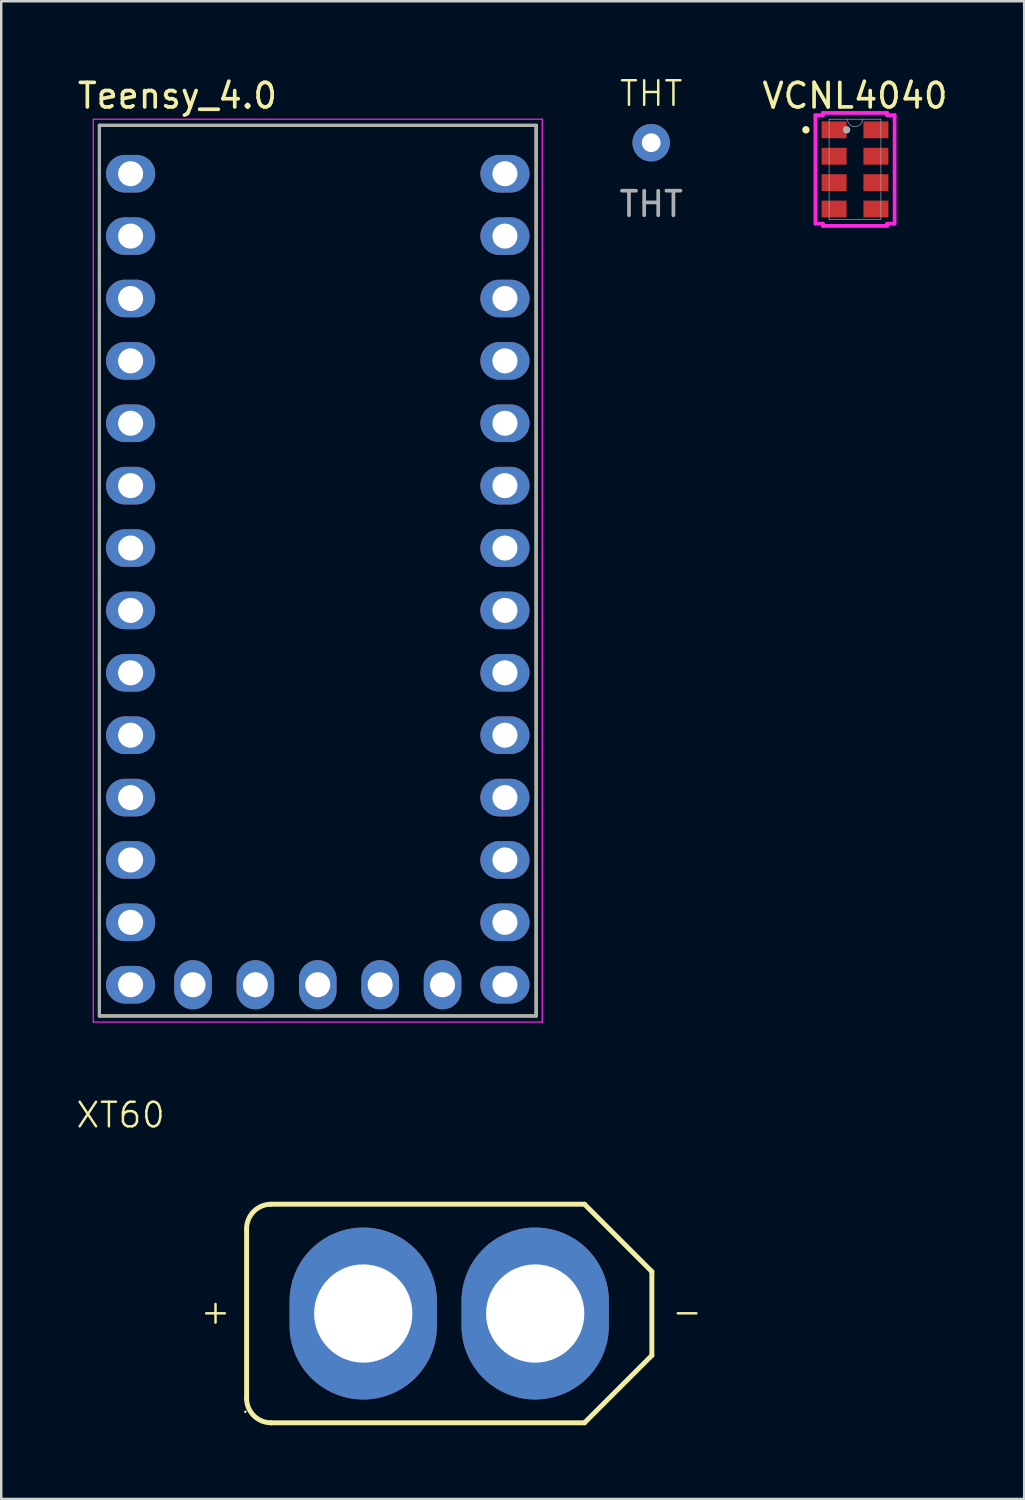
<source format=kicad_pcb>
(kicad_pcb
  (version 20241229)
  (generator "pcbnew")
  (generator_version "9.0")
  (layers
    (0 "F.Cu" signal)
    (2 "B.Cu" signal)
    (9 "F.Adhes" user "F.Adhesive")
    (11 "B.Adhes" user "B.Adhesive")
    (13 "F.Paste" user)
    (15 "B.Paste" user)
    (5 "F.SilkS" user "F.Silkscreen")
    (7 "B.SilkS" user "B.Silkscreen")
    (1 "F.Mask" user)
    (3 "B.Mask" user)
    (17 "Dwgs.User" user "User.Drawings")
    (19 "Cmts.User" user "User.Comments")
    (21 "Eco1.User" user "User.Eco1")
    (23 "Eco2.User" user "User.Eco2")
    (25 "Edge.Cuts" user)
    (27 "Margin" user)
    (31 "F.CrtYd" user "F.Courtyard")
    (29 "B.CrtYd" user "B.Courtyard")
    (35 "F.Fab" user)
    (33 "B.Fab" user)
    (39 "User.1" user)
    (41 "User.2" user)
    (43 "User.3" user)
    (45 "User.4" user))
  (footprint "VCNL4040"
    (layer "F.Cu")
    (at 31.761 3.848)
    (property "Reference" "VCNL4040" (at 0 -3 0) (unlocked yes) (layer "F.SilkS") (effects (font (size 1 1) (thickness 0.15))))
    (attr smd)
    (fp_circle (center -1.998 -1.613) (end -1.922 -1.613) (stroke (width 0.152) (type solid)) (fill no) (layer "F.SilkS"))
    (fp_line (start -1.613 -2.209) (end -1.308 -2.209) (stroke (width 0.152) (type solid)) (layer "F.CrtYd"))
    (fp_line (start -1.613 2.209) (end -1.613 -2.209) (stroke (width 0.152) (type solid)) (layer "F.CrtYd"))
    (fp_line (start -1.613 2.209) (end -1.308 2.209) (stroke (width 0.152) (type solid)) (layer "F.CrtYd"))
    (fp_line (start -1.308 -2.299) (end 1.308 -2.299) (stroke (width 0.152) (type solid)) (layer "F.CrtYd"))
    (fp_line (start -1.308 -2.209) (end -1.308 -2.299) (stroke (width 0.152) (type solid)) (layer "F.CrtYd"))
    (fp_line (start -1.308 2.299) (end -1.308 2.209) (stroke (width 0.152) (type solid)) (layer "F.CrtYd"))
    (fp_line (start 1.308 -2.299) (end 1.308 -2.209) (stroke (width 0.152) (type solid)) (layer "F.CrtYd"))
    (fp_line (start 1.308 2.209) (end 1.308 2.299) (stroke (width 0.152) (type solid)) (layer "F.CrtYd"))
    (fp_line (start 1.308 2.299) (end -1.308 2.299) (stroke (width 0.152) (type solid)) (layer "F.CrtYd"))
    (fp_line (start 1.613 -2.209) (end 1.308 -2.209) (stroke (width 0.152) (type solid)) (layer "F.CrtYd"))
    (fp_line (start 1.613 -2.209) (end 1.613 2.209) (stroke (width 0.152) (type solid)) (layer "F.CrtYd"))
    (fp_line (start 1.613 2.209) (end 1.308 2.209) (stroke (width 0.152) (type solid)) (layer "F.CrtYd"))
    (fp_line (start -1.054 -2.045) (end -1.054 2.045) (stroke (width 0.025) (type solid)) (layer "F.Fab"))
    (fp_line (start -1.054 2.045) (end 1.054 2.045) (stroke (width 0.025) (type solid)) (layer "F.Fab"))
    (fp_line (start 1.054 -2.045) (end -1.054 -2.045) (stroke (width 0.025) (type solid)) (layer "F.Fab"))
    (fp_line (start 1.054 2.045) (end 1.054 -2.045) (stroke (width 0.025) (type solid)) (layer "F.Fab"))
    (fp_arc (start 0.3048 -2.0447) (mid 0 -1.7399) (end -0.3048 -2.0447) (stroke (width 0.0254) (type solid)) (layer "F.Fab"))
    (fp_circle (center -0.343 -1.613) (end -0.267 -1.613) (stroke (width 0.152) (type solid)) (fill no) (layer "F.Fab"))
    (pad "1" smd rect (at -0.851 -1.612) (size 1.016 0.686) (layers "F.Cu" "F.Mask" "F.Paste"))
    (pad "2" smd rect (at -0.851 -0.537) (size 1.016 0.686) (layers "F.Cu" "F.Mask" "F.Paste"))
    (pad "3" smd rect (at -0.851 0.537) (size 1.016 0.686) (layers "F.Cu" "F.Mask" "F.Paste"))
    (pad "4" smd rect (at -0.851 1.612) (size 1.016 0.686) (layers "F.Cu" "F.Mask" "F.Paste"))
    (pad "5" smd rect (at 0.851 1.612) (size 1.016 0.686) (layers "F.Cu" "F.Mask" "F.Paste"))
    (pad "6" smd rect (at 0.851 0.537) (size 1.016 0.686) (layers "F.Cu" "F.Mask" "F.Paste"))
    (pad "7" smd rect (at 0.851 -0.537) (size 1.016 0.686) (layers "F.Cu" "F.Mask" "F.Paste"))
    (pad "8" smd rect (at 0.851 -1.612) (size 1.016 0.686) (layers "F.Cu" "F.Mask" "F.Paste")))
  (footprint "THT"
    (layer "F.Cu")
    (at 23.463 2.76)
    (property "Reference" "THT" (at 0 -2 0) (unlocked yes) (layer "F.SilkS") (effects (font (size 1 1) (thickness 0.1))))
    (attr through_hole)
    (fp_text user "${REFERENCE}" (at 0 2.5 0) (unlocked yes) (layer "F.Fab") (effects (font (size 1 1) (thickness 0.15))))
    (pad "1" thru_hole circle (at 0 0) (size 1.524 1.524) (drill 0.762) (layers "*.Cu" "*.Mask")))
  (footprint "XT60"
    (layer "F.Cu")
    (at 6.94 50.429)
    (property "Reference" "XT60" (at -5.08 -8.08 0) (unlocked yes) (layer "F.SilkS") (effects (font (size 1 1) (thickness 0.1))))
    (attr through_hole)
    (fp_line (start 0 4) (end 0 4) (stroke (width 0.1) (type default)) (layer "F.SilkS"))
    (fp_line (start 0.05 3.45) (end 0.05 -3.45) (stroke (width 0.2) (type solid)) (layer "F.SilkS"))
    (fp_line (start 1.05 -4.45) (end 13.807 -4.45) (stroke (width 0.2) (type solid)) (layer "F.SilkS"))
    (fp_line (start 13.807 -4.45) (end 16.55 -1.707) (stroke (width 0.2) (type solid)) (layer "F.SilkS"))
    (fp_line (start 13.807 4.45) (end 1.05 4.45) (stroke (width 0.2) (type solid)) (layer "F.SilkS"))
    (fp_line (start 16.55 -1.707) (end 16.55 1.707) (stroke (width 0.2) (type solid)) (layer "F.SilkS"))
    (fp_line (start 16.55 1.707) (end 13.807 4.45) (stroke (width 0.2) (type solid)) (layer "F.SilkS"))
    (fp_arc (start 0.05 -3.45) (mid 0.342893 -4.157107) (end 1.05 -4.45) (stroke (width 0.2) (type solid)) (layer "F.SilkS"))
    (fp_arc (start 1.05 4.45) (mid 0.342893 4.157107) (end 0.05 3.45) (stroke (width 0.2) (type solid)) (layer "F.SilkS"))
    (fp_text user "+" (at -1.9 0.5 0) (unlocked yes) (layer "F.SilkS") (effects (font (size 1 1) (thickness 0.1)) (justify left bottom)))
    (fp_text user "-" (at 17.3 0.5 0) (unlocked yes) (layer "F.SilkS") (effects (font (size 1 1) (thickness 0.1)) (justify left bottom)))
    (pad "1" thru_hole oval (at 4.8 0) (size 6 7) (drill 4) (layers "*.Cu" "*.Mask"))
    (pad "2" thru_hole oval (at 11.8 0) (size 6 7) (drill 4) (layers "*.Cu" "*.Mask")))
  (footprint "Teensy_4.0"
    (layer "F.Cu")
    (at 9.888 20.533)
    (property "Reference" "Teensy_4.0" (at -5.715 -19.685 0) (layer "F.SilkS") (effects (font (size 1 1) (thickness 0.15))))
    (attr through_hole)
    (fp_line (start -8.89 -18.48) (end 8.89 -18.48) (stroke (width 0.127) (type solid)) (layer "F.SilkS"))
    (fp_line (start -8.89 17.78) (end -8.89 -18.48) (stroke (width 0.127) (type solid)) (layer "F.SilkS"))
    (fp_line (start 8.89 -18.48) (end 8.89 17.78) (stroke (width 0.127) (type solid)) (layer "F.SilkS"))
    (fp_line (start 8.89 17.78) (end -8.89 17.78) (stroke (width 0.127) (type solid)) (layer "F.SilkS"))
    (fp_line (start -9.14 -18.73) (end 9.14 -18.73) (stroke (width 0.05) (type solid)) (layer "F.CrtYd"))
    (fp_line (start -9.14 18.03) (end -9.14 -18.73) (stroke (width 0.05) (type solid)) (layer "F.CrtYd"))
    (fp_line (start 9.14 -18.73) (end 9.14 18.03) (stroke (width 0.05) (type solid)) (layer "F.CrtYd"))
    (fp_line (start 9.14 18.03) (end -9.14 18.03) (stroke (width 0.05) (type solid)) (layer "F.CrtYd"))
    (fp_line (start -8.89 -18.48) (end 8.89 -18.48) (stroke (width 0.127) (type solid)) (layer "F.Fab"))
    (fp_line (start -8.89 17.78) (end -8.89 -18.48) (stroke (width 0.127) (type solid)) (layer "F.Fab"))
    (fp_line (start 8.89 -18.48) (end 8.89 17.78) (stroke (width 0.127) (type solid)) (layer "F.Fab"))
    (fp_line (start 8.89 17.78) (end -8.89 17.78) (stroke (width 0.127) (type solid)) (layer "F.Fab"))
    (pad "0" thru_hole oval (at -7.62 -13.97) (size 2 1.53) (drill 1.02) (layers "*.Cu" "*.Mask"))
    (pad "1" thru_hole oval (at -7.62 -11.43) (size 2 1.53) (drill 1.02) (layers "*.Cu" "*.Mask"))
    (pad "2" thru_hole oval (at -7.62 -8.89) (size 2 1.53) (drill 1.02) (layers "*.Cu" "*.Mask"))
    (pad "3" thru_hole oval (at -7.62 -6.35) (size 2 1.53) (drill 1.02) (layers "*.Cu" "*.Mask"))
    (pad "3.3V_1" thru_hole oval (at -2.54 16.51) (size 1.53 2) (drill 1.02) (layers "*.Cu" "*.Mask"))
    (pad "3.3V_2" thru_hole oval (at 7.62 -11.43) (size 2 1.53) (drill 1.02) (layers "*.Cu" "*.Mask"))
    (pad "4" thru_hole oval (at -7.62 -3.81) (size 2 1.53) (drill 1.02) (layers "*.Cu" "*.Mask"))
    (pad "5" thru_hole oval (at -7.62 -1.27) (size 2 1.53) (drill 1.02) (layers "*.Cu" "*.Mask"))
    (pad "6" thru_hole oval (at -7.62 1.27) (size 2 1.53) (drill 1.02) (layers "*.Cu" "*.Mask"))
    (pad "7" thru_hole oval (at -7.62 3.81) (size 2 1.53) (drill 1.02) (layers "*.Cu" "*.Mask"))
    (pad "8" thru_hole oval (at -7.62 6.35) (size 2 1.53) (drill 1.02) (layers "*.Cu" "*.Mask"))
    (pad "9" thru_hole oval (at -7.62 8.89) (size 2 1.53) (drill 1.02) (layers "*.Cu" "*.Mask"))
    (pad "10" thru_hole oval (at -7.62 11.43) (size 2 1.53) (drill 1.02) (layers "*.Cu" "*.Mask"))
    (pad "11" thru_hole oval (at -7.62 13.97) (size 2 1.53) (drill 1.02) (layers "*.Cu" "*.Mask"))
    (pad "12" thru_hole oval (at -7.62 16.51) (size 2 1.53) (drill 1.02) (layers "*.Cu" "*.Mask"))
    (pad "13" thru_hole oval (at 7.62 16.51) (size 2 1.53) (drill 1.02) (layers "*.Cu" "*.Mask"))
    (pad "14" thru_hole oval (at 7.62 13.97) (size 2 1.53) (drill 1.02) (layers "*.Cu" "*.Mask"))
    (pad "15" thru_hole oval (at 7.62 11.43) (size 2 1.53) (drill 1.02) (layers "*.Cu" "*.Mask"))
    (pad "16" thru_hole oval (at 7.62 8.89) (size 2 1.53) (drill 1.02) (layers "*.Cu" "*.Mask"))
    (pad "17" thru_hole oval (at 7.62 6.35) (size 2 1.53) (drill 1.02) (layers "*.Cu" "*.Mask"))
    (pad "18" thru_hole oval (at 7.62 3.81) (size 2 1.53) (drill 1.02) (layers "*.Cu" "*.Mask"))
    (pad "19" thru_hole oval (at 7.62 1.27) (size 2 1.53) (drill 1.02) (layers "*.Cu" "*.Mask"))
    (pad "20" thru_hole oval (at 7.62 -1.27) (size 2 1.53) (drill 1.02) (layers "*.Cu" "*.Mask"))
    (pad "21" thru_hole oval (at 7.62 -3.81) (size 2 1.53) (drill 1.02) (layers "*.Cu" "*.Mask"))
    (pad "22" thru_hole oval (at 7.62 -6.35) (size 2 1.53) (drill 1.02) (layers "*.Cu" "*.Mask"))
    (pad "23" thru_hole oval (at 7.62 -8.89) (size 2 1.53) (drill 1.02) (layers "*.Cu" "*.Mask"))
    (pad "G1" thru_hole oval (at -7.62 -16.51) (size 2 1.53) (drill 1.02) (layers "*.Cu" "*.Mask"))
    (pad "G2" thru_hole oval (at 0 16.51) (size 1.53 2) (drill 1.02) (layers "*.Cu" "*.Mask"))
    (pad "G3" thru_hole oval (at 7.62 -13.97) (size 2 1.53) (drill 1.02) (layers "*.Cu" "*.Mask"))
    (pad "ON-OFF" thru_hole oval (at 5.08 16.51) (size 1.53 2) (drill 1.02) (layers "*.Cu" "*.Mask"))
    (pad "PGM" thru_hole oval (at 2.54 16.51) (size 1.53 2) (drill 1.02) (layers "*.Cu" "*.Mask"))
    (pad "VBAT" thru_hole oval (at -5.08 16.51) (size 1.53 2) (drill 1.02) (layers "*.Cu" "*.Mask"))
    (pad "VIN" thru_hole oval (at 7.62 -16.51) (size 2 1.53) (drill 1.02) (layers "*.Cu" "*.Mask")))
  (gr_rect
    (start -3 -3)
    (end 38.648 57.979)
    (stroke (width 0.1) (type default))
    (fill no)
    (layer "Edge.Cuts")))
</source>
